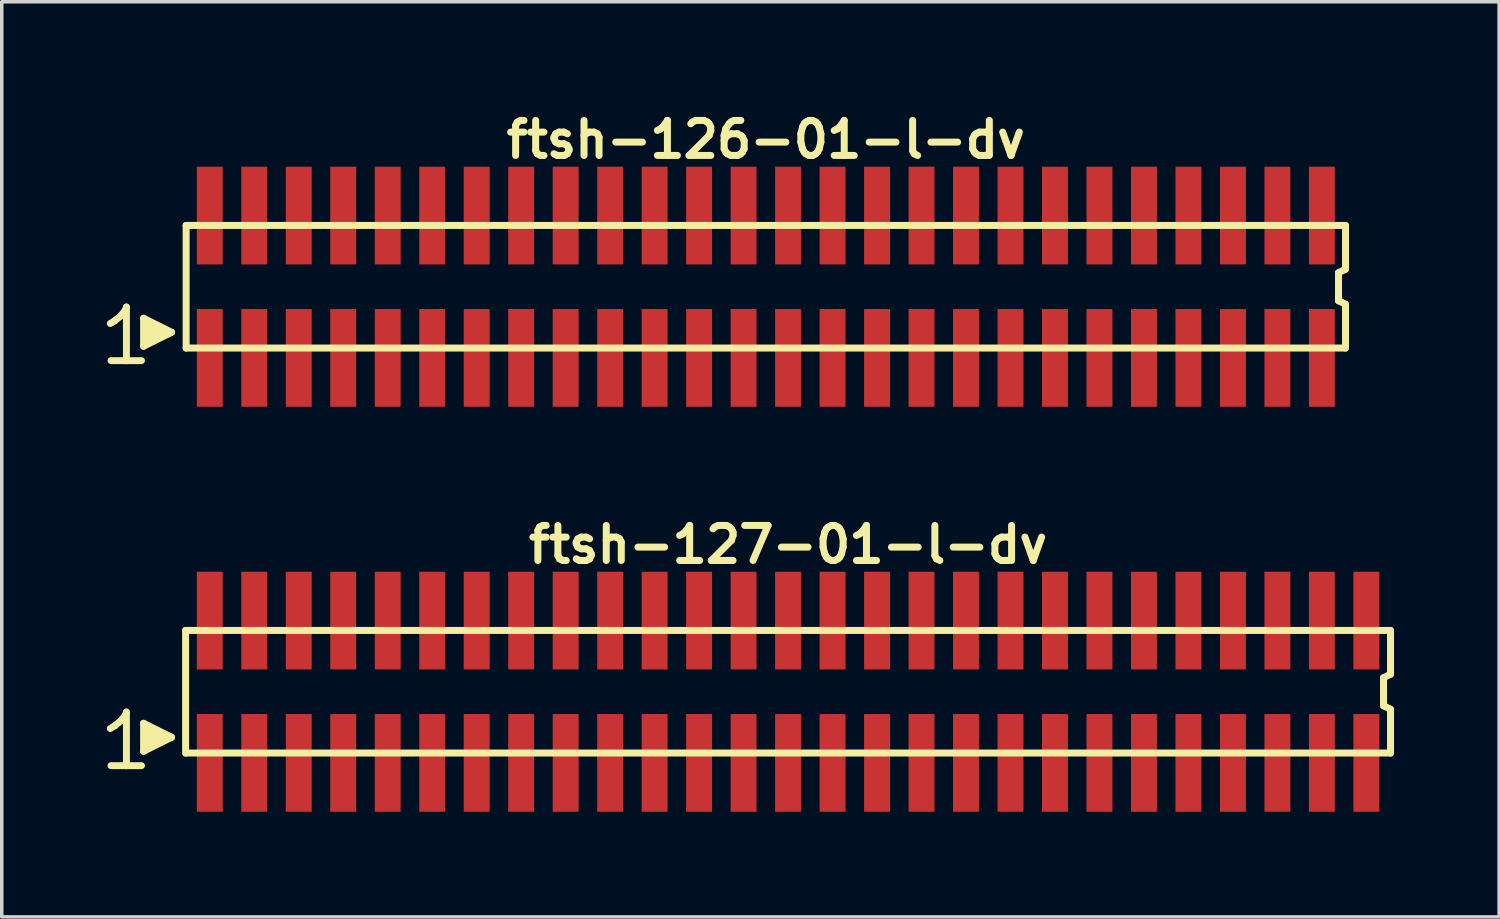
<source format=kicad_pcb>
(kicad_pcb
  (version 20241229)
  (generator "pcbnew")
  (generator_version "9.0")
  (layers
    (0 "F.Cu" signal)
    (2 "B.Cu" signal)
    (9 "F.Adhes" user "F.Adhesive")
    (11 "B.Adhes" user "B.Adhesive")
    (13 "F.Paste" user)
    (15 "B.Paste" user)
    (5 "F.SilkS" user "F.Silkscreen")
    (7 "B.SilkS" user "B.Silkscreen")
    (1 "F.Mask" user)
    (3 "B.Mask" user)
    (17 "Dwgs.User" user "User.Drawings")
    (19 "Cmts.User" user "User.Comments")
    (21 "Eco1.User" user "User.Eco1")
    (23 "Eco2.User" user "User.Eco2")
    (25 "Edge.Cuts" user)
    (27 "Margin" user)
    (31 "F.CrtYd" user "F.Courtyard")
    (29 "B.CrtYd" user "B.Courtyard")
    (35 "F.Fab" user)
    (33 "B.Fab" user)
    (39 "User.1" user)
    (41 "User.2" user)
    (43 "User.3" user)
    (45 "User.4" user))
  (footprint "ftsh-126-01-l-dv"
    (layer "F.Cu")
    (at 18.814 5.136)
    (property "Reference" "ftsh-126-01-l-dv" (at 0 -4.2 0) (layer "F.SilkS") (effects (font (size 1 1) (thickness 0.2))))
    (attr through_hole)
    (fp_line (start -18.715 1.05) (end -18.585 0.97) (stroke (width 0.198) (type solid)) (layer "F.SilkS"))
    (fp_line (start -18.585 0.97) (end -18.425 0.84) (stroke (width 0.198) (type solid)) (layer "F.SilkS"))
    (fp_line (start -18.425 0.84) (end -18.285 0.67) (stroke (width 0.198) (type solid)) (layer "F.SilkS"))
    (fp_line (start -18.285 0.67) (end -18.255 0.58) (stroke (width 0.198) (type solid)) (layer "F.SilkS"))
    (fp_line (start -18.255 0.58) (end -18.255 2.11) (stroke (width 0.198) (type solid)) (layer "F.SilkS"))
    (fp_line (start -18.255 2.11) (end -18.695 2.11) (stroke (width 0.198) (type solid)) (layer "F.SilkS"))
    (fp_line (start -17.825 2.11) (end -18.265 2.11) (stroke (width 0.198) (type solid)) (layer "F.SilkS"))
    (fp_line (start -17.765 0.9) (end -16.965 1.3) (stroke (width 0.198) (type solid)) (layer "F.SilkS"))
    (fp_line (start -17.765 1.7) (end -17.765 0.9) (stroke (width 0.198) (type solid)) (layer "F.SilkS"))
    (fp_line (start -17.665 1.6) (end -17.665 1) (stroke (width 0.198) (type solid)) (layer "F.SilkS"))
    (fp_line (start -17.565 1.1) (end -17.565 1.5) (stroke (width 0.198) (type solid)) (layer "F.SilkS"))
    (fp_line (start -17.465 1.5) (end -17.465 1.1) (stroke (width 0.198) (type solid)) (layer "F.SilkS"))
    (fp_line (start -17.365 1.2) (end -17.365 1.4) (stroke (width 0.198) (type solid)) (layer "F.SilkS"))
    (fp_line (start -17.265 1.4) (end -17.265 1.2) (stroke (width 0.198) (type solid)) (layer "F.SilkS"))
    (fp_line (start -16.965 1.3) (end -17.765 1.7) (stroke (width 0.198) (type solid)) (layer "F.SilkS"))
    (fp_line (start -16.55 -1.75) (end -16.55 1.75) (stroke (width 0.2) (type solid)) (layer "F.SilkS"))
    (fp_line (start -16.55 -1.75) (end 16.55 -1.75) (stroke (width 0.2) (type solid)) (layer "F.SilkS"))
    (fp_line (start -16.55 1.75) (end 16.55 1.75) (stroke (width 0.2) (type solid)) (layer "F.SilkS"))
    (fp_line (start 16.35 -0.4) (end 16.35 0.4) (stroke (width 0.2) (type solid)) (layer "F.SilkS"))
    (fp_line (start 16.35 0.4) (end 16.55 0.5) (stroke (width 0.2) (type solid)) (layer "F.SilkS"))
    (fp_line (start 16.55 -0.5) (end 16.35 -0.4) (stroke (width 0.2) (type solid)) (layer "F.SilkS"))
    (fp_line (start 16.55 -0.5) (end 16.55 -1.75) (stroke (width 0.2) (type solid)) (layer "F.SilkS"))
    (fp_line (start 16.55 0.5) (end 16.55 1.75) (stroke (width 0.2) (type solid)) (layer "F.SilkS"))
    (pad "1" smd rect (at -15.875 2.032) (size 0.74 2.79) (layers "F.Cu" "F.Mask" "F.Paste"))
    (pad "2" smd rect (at -15.875 -2.032) (size 0.74 2.79) (layers "F.Cu" "F.Mask" "F.Paste"))
    (pad "3" smd rect (at -14.605 2.032) (size 0.74 2.79) (layers "F.Cu" "F.Mask" "F.Paste"))
    (pad "4" smd rect (at -14.605 -2.032) (size 0.74 2.79) (layers "F.Cu" "F.Mask" "F.Paste"))
    (pad "5" smd rect (at -13.335 2.032) (size 0.74 2.79) (layers "F.Cu" "F.Mask" "F.Paste"))
    (pad "6" smd rect (at -13.335 -2.032) (size 0.74 2.79) (layers "F.Cu" "F.Mask" "F.Paste"))
    (pad "7" smd rect (at -12.065 2.032) (size 0.74 2.79) (layers "F.Cu" "F.Mask" "F.Paste"))
    (pad "8" smd rect (at -12.065 -2.032) (size 0.74 2.79) (layers "F.Cu" "F.Mask" "F.Paste"))
    (pad "9" smd rect (at -10.795 2.032) (size 0.74 2.79) (layers "F.Cu" "F.Mask" "F.Paste"))
    (pad "10" smd rect (at -10.795 -2.032) (size 0.74 2.79) (layers "F.Cu" "F.Mask" "F.Paste"))
    (pad "11" smd rect (at -9.525 2.032) (size 0.74 2.79) (layers "F.Cu" "F.Mask" "F.Paste"))
    (pad "12" smd rect (at -9.525 -2.032) (size 0.74 2.79) (layers "F.Cu" "F.Mask" "F.Paste"))
    (pad "13" smd rect (at -8.255 2.032) (size 0.74 2.79) (layers "F.Cu" "F.Mask" "F.Paste"))
    (pad "14" smd rect (at -8.255 -2.032) (size 0.74 2.79) (layers "F.Cu" "F.Mask" "F.Paste"))
    (pad "15" smd rect (at -6.985 2.032) (size 0.74 2.79) (layers "F.Cu" "F.Mask" "F.Paste"))
    (pad "16" smd rect (at -6.985 -2.032) (size 0.74 2.79) (layers "F.Cu" "F.Mask" "F.Paste"))
    (pad "17" smd rect (at -5.715 2.032) (size 0.74 2.79) (layers "F.Cu" "F.Mask" "F.Paste"))
    (pad "18" smd rect (at -5.715 -2.032) (size 0.74 2.79) (layers "F.Cu" "F.Mask" "F.Paste"))
    (pad "19" smd rect (at -4.445 2.032) (size 0.74 2.79) (layers "F.Cu" "F.Mask" "F.Paste"))
    (pad "20" smd rect (at -4.445 -2.032) (size 0.74 2.79) (layers "F.Cu" "F.Mask" "F.Paste"))
    (pad "21" smd rect (at -3.175 2.032) (size 0.74 2.79) (layers "F.Cu" "F.Mask" "F.Paste"))
    (pad "22" smd rect (at -3.175 -2.032) (size 0.74 2.79) (layers "F.Cu" "F.Mask" "F.Paste"))
    (pad "23" smd rect (at -1.905 2.032) (size 0.74 2.79) (layers "F.Cu" "F.Mask" "F.Paste"))
    (pad "24" smd rect (at -1.905 -2.032) (size 0.74 2.79) (layers "F.Cu" "F.Mask" "F.Paste"))
    (pad "25" smd rect (at -0.635 2.032) (size 0.74 2.79) (layers "F.Cu" "F.Mask" "F.Paste"))
    (pad "26" smd rect (at -0.635 -2.032) (size 0.74 2.79) (layers "F.Cu" "F.Mask" "F.Paste"))
    (pad "27" smd rect (at 0.635 2.032) (size 0.74 2.79) (layers "F.Cu" "F.Mask" "F.Paste"))
    (pad "28" smd rect (at 0.635 -2.032) (size 0.74 2.79) (layers "F.Cu" "F.Mask" "F.Paste"))
    (pad "29" smd rect (at 1.905 2.032) (size 0.74 2.79) (layers "F.Cu" "F.Mask" "F.Paste"))
    (pad "30" smd rect (at 1.905 -2.032) (size 0.74 2.79) (layers "F.Cu" "F.Mask" "F.Paste"))
    (pad "31" smd rect (at 3.175 2.032) (size 0.74 2.79) (layers "F.Cu" "F.Mask" "F.Paste"))
    (pad "32" smd rect (at 3.175 -2.032) (size 0.74 2.79) (layers "F.Cu" "F.Mask" "F.Paste"))
    (pad "33" smd rect (at 4.445 2.032) (size 0.74 2.79) (layers "F.Cu" "F.Mask" "F.Paste"))
    (pad "34" smd rect (at 4.445 -2.032) (size 0.74 2.79) (layers "F.Cu" "F.Mask" "F.Paste"))
    (pad "35" smd rect (at 5.715 2.032) (size 0.74 2.79) (layers "F.Cu" "F.Mask" "F.Paste"))
    (pad "36" smd rect (at 5.715 -2.032) (size 0.74 2.79) (layers "F.Cu" "F.Mask" "F.Paste"))
    (pad "37" smd rect (at 6.985 2.032) (size 0.74 2.79) (layers "F.Cu" "F.Mask" "F.Paste"))
    (pad "38" smd rect (at 6.985 -2.032) (size 0.74 2.79) (layers "F.Cu" "F.Mask" "F.Paste"))
    (pad "39" smd rect (at 8.255 2.032) (size 0.74 2.79) (layers "F.Cu" "F.Mask" "F.Paste"))
    (pad "40" smd rect (at 8.255 -2.032) (size 0.74 2.79) (layers "F.Cu" "F.Mask" "F.Paste"))
    (pad "41" smd rect (at 9.525 2.032) (size 0.74 2.79) (layers "F.Cu" "F.Mask" "F.Paste"))
    (pad "42" smd rect (at 9.525 -2.032) (size 0.74 2.79) (layers "F.Cu" "F.Mask" "F.Paste"))
    (pad "43" smd rect (at 10.795 2.032) (size 0.74 2.79) (layers "F.Cu" "F.Mask" "F.Paste"))
    (pad "44" smd rect (at 10.795 -2.032) (size 0.74 2.79) (layers "F.Cu" "F.Mask" "F.Paste"))
    (pad "45" smd rect (at 12.065 2.032) (size 0.74 2.79) (layers "F.Cu" "F.Mask" "F.Paste"))
    (pad "46" smd rect (at 12.065 -2.032) (size 0.74 2.79) (layers "F.Cu" "F.Mask" "F.Paste"))
    (pad "47" smd rect (at 13.335 2.032) (size 0.74 2.79) (layers "F.Cu" "F.Mask" "F.Paste"))
    (pad "48" smd rect (at 13.335 -2.032) (size 0.74 2.79) (layers "F.Cu" "F.Mask" "F.Paste"))
    (pad "49" smd rect (at 14.605 2.032) (size 0.74 2.79) (layers "F.Cu" "F.Mask" "F.Paste"))
    (pad "50" smd rect (at 14.605 -2.032) (size 0.74 2.79) (layers "F.Cu" "F.Mask" "F.Paste"))
    (pad "51" smd rect (at 15.875 2.032) (size 0.74 2.79) (layers "F.Cu" "F.Mask" "F.Paste"))
    (pad "52" smd rect (at 15.875 -2.032) (size 0.74 2.79) (layers "F.Cu" "F.Mask" "F.Paste")))
  (footprint "ftsh-127-01-l-dv"
    (layer "F.Cu")
    (at 19.449 16.699)
    (property "Reference" "ftsh-127-01-l-dv" (at 0 -4.2 0) (layer "F.SilkS") (effects (font (size 1 1) (thickness 0.2))))
    (attr through_hole)
    (fp_line (start -19.35 1.05) (end -19.22 0.97) (stroke (width 0.198) (type solid)) (layer "F.SilkS"))
    (fp_line (start -19.22 0.97) (end -19.06 0.84) (stroke (width 0.198) (type solid)) (layer "F.SilkS"))
    (fp_line (start -19.06 0.84) (end -18.92 0.67) (stroke (width 0.198) (type solid)) (layer "F.SilkS"))
    (fp_line (start -18.92 0.67) (end -18.89 0.58) (stroke (width 0.198) (type solid)) (layer "F.SilkS"))
    (fp_line (start -18.89 0.58) (end -18.89 2.11) (stroke (width 0.198) (type solid)) (layer "F.SilkS"))
    (fp_line (start -18.89 2.11) (end -19.33 2.11) (stroke (width 0.198) (type solid)) (layer "F.SilkS"))
    (fp_line (start -18.46 2.11) (end -18.9 2.11) (stroke (width 0.198) (type solid)) (layer "F.SilkS"))
    (fp_line (start -18.4 0.9) (end -17.6 1.3) (stroke (width 0.198) (type solid)) (layer "F.SilkS"))
    (fp_line (start -18.4 1.7) (end -18.4 0.9) (stroke (width 0.198) (type solid)) (layer "F.SilkS"))
    (fp_line (start -18.3 1.6) (end -18.3 1) (stroke (width 0.198) (type solid)) (layer "F.SilkS"))
    (fp_line (start -18.2 1.1) (end -18.2 1.5) (stroke (width 0.198) (type solid)) (layer "F.SilkS"))
    (fp_line (start -18.1 1.5) (end -18.1 1.1) (stroke (width 0.198) (type solid)) (layer "F.SilkS"))
    (fp_line (start -18 1.2) (end -18 1.4) (stroke (width 0.198) (type solid)) (layer "F.SilkS"))
    (fp_line (start -17.9 1.4) (end -17.9 1.2) (stroke (width 0.198) (type solid)) (layer "F.SilkS"))
    (fp_line (start -17.6 1.3) (end -18.4 1.7) (stroke (width 0.198) (type solid)) (layer "F.SilkS"))
    (fp_line (start -17.2 -1.75) (end -17.2 1.75) (stroke (width 0.2) (type solid)) (layer "F.SilkS"))
    (fp_line (start -17.2 -1.75) (end 17.2 -1.75) (stroke (width 0.2) (type solid)) (layer "F.SilkS"))
    (fp_line (start -17.2 1.75) (end 17.2 1.75) (stroke (width 0.2) (type solid)) (layer "F.SilkS"))
    (fp_line (start 17 -0.4) (end 17 0.4) (stroke (width 0.2) (type solid)) (layer "F.SilkS"))
    (fp_line (start 17 0.4) (end 17.2 0.5) (stroke (width 0.2) (type solid)) (layer "F.SilkS"))
    (fp_line (start 17.2 -0.5) (end 17 -0.4) (stroke (width 0.2) (type solid)) (layer "F.SilkS"))
    (fp_line (start 17.2 -0.5) (end 17.2 -1.75) (stroke (width 0.2) (type solid)) (layer "F.SilkS"))
    (fp_line (start 17.2 0.5) (end 17.2 1.75) (stroke (width 0.2) (type solid)) (layer "F.SilkS"))
    (pad "1" smd rect (at -16.51 2.032) (size 0.74 2.79) (layers "F.Cu" "F.Mask" "F.Paste"))
    (pad "2" smd rect (at -16.51 -2.032) (size 0.74 2.79) (layers "F.Cu" "F.Mask" "F.Paste"))
    (pad "3" smd rect (at -15.24 2.032) (size 0.74 2.79) (layers "F.Cu" "F.Mask" "F.Paste"))
    (pad "4" smd rect (at -15.24 -2.032) (size 0.74 2.79) (layers "F.Cu" "F.Mask" "F.Paste"))
    (pad "5" smd rect (at -13.97 2.032) (size 0.74 2.79) (layers "F.Cu" "F.Mask" "F.Paste"))
    (pad "6" smd rect (at -13.97 -2.032) (size 0.74 2.79) (layers "F.Cu" "F.Mask" "F.Paste"))
    (pad "7" smd rect (at -12.7 2.032) (size 0.74 2.79) (layers "F.Cu" "F.Mask" "F.Paste"))
    (pad "8" smd rect (at -12.7 -2.032) (size 0.74 2.79) (layers "F.Cu" "F.Mask" "F.Paste"))
    (pad "9" smd rect (at -11.43 2.032) (size 0.74 2.79) (layers "F.Cu" "F.Mask" "F.Paste"))
    (pad "10" smd rect (at -11.43 -2.032) (size 0.74 2.79) (layers "F.Cu" "F.Mask" "F.Paste"))
    (pad "11" smd rect (at -10.16 2.032) (size 0.74 2.79) (layers "F.Cu" "F.Mask" "F.Paste"))
    (pad "12" smd rect (at -10.16 -2.032) (size 0.74 2.79) (layers "F.Cu" "F.Mask" "F.Paste"))
    (pad "13" smd rect (at -8.89 2.032) (size 0.74 2.79) (layers "F.Cu" "F.Mask" "F.Paste"))
    (pad "14" smd rect (at -8.89 -2.032) (size 0.74 2.79) (layers "F.Cu" "F.Mask" "F.Paste"))
    (pad "15" smd rect (at -7.62 2.032) (size 0.74 2.79) (layers "F.Cu" "F.Mask" "F.Paste"))
    (pad "16" smd rect (at -7.62 -2.032) (size 0.74 2.79) (layers "F.Cu" "F.Mask" "F.Paste"))
    (pad "17" smd rect (at -6.35 2.032) (size 0.74 2.79) (layers "F.Cu" "F.Mask" "F.Paste"))
    (pad "18" smd rect (at -6.35 -2.032) (size 0.74 2.79) (layers "F.Cu" "F.Mask" "F.Paste"))
    (pad "19" smd rect (at -5.08 2.032) (size 0.74 2.79) (layers "F.Cu" "F.Mask" "F.Paste"))
    (pad "20" smd rect (at -5.08 -2.032) (size 0.74 2.79) (layers "F.Cu" "F.Mask" "F.Paste"))
    (pad "21" smd rect (at -3.81 2.032) (size 0.74 2.79) (layers "F.Cu" "F.Mask" "F.Paste"))
    (pad "22" smd rect (at -3.81 -2.032) (size 0.74 2.79) (layers "F.Cu" "F.Mask" "F.Paste"))
    (pad "23" smd rect (at -2.54 2.032) (size 0.74 2.79) (layers "F.Cu" "F.Mask" "F.Paste"))
    (pad "24" smd rect (at -2.54 -2.032) (size 0.74 2.79) (layers "F.Cu" "F.Mask" "F.Paste"))
    (pad "25" smd rect (at -1.27 2.032) (size 0.74 2.79) (layers "F.Cu" "F.Mask" "F.Paste"))
    (pad "26" smd rect (at -1.27 -2.032) (size 0.74 2.79) (layers "F.Cu" "F.Mask" "F.Paste"))
    (pad "27" smd rect (at 0 2.032) (size 0.74 2.79) (layers "F.Cu" "F.Mask" "F.Paste"))
    (pad "28" smd rect (at 0 -2.032) (size 0.74 2.79) (layers "F.Cu" "F.Mask" "F.Paste"))
    (pad "29" smd rect (at 1.27 2.032) (size 0.74 2.79) (layers "F.Cu" "F.Mask" "F.Paste"))
    (pad "30" smd rect (at 1.27 -2.032) (size 0.74 2.79) (layers "F.Cu" "F.Mask" "F.Paste"))
    (pad "31" smd rect (at 2.54 2.032) (size 0.74 2.79) (layers "F.Cu" "F.Mask" "F.Paste"))
    (pad "32" smd rect (at 2.54 -2.032) (size 0.74 2.79) (layers "F.Cu" "F.Mask" "F.Paste"))
    (pad "33" smd rect (at 3.81 2.032) (size 0.74 2.79) (layers "F.Cu" "F.Mask" "F.Paste"))
    (pad "34" smd rect (at 3.81 -2.032) (size 0.74 2.79) (layers "F.Cu" "F.Mask" "F.Paste"))
    (pad "35" smd rect (at 5.08 2.032) (size 0.74 2.79) (layers "F.Cu" "F.Mask" "F.Paste"))
    (pad "36" smd rect (at 5.08 -2.032) (size 0.74 2.79) (layers "F.Cu" "F.Mask" "F.Paste"))
    (pad "37" smd rect (at 6.35 2.032) (size 0.74 2.79) (layers "F.Cu" "F.Mask" "F.Paste"))
    (pad "38" smd rect (at 6.35 -2.032) (size 0.74 2.79) (layers "F.Cu" "F.Mask" "F.Paste"))
    (pad "39" smd rect (at 7.62 2.032) (size 0.74 2.79) (layers "F.Cu" "F.Mask" "F.Paste"))
    (pad "40" smd rect (at 7.62 -2.032) (size 0.74 2.79) (layers "F.Cu" "F.Mask" "F.Paste"))
    (pad "41" smd rect (at 8.89 2.032) (size 0.74 2.79) (layers "F.Cu" "F.Mask" "F.Paste"))
    (pad "42" smd rect (at 8.89 -2.032) (size 0.74 2.79) (layers "F.Cu" "F.Mask" "F.Paste"))
    (pad "43" smd rect (at 10.16 2.032) (size 0.74 2.79) (layers "F.Cu" "F.Mask" "F.Paste"))
    (pad "44" smd rect (at 10.16 -2.032) (size 0.74 2.79) (layers "F.Cu" "F.Mask" "F.Paste"))
    (pad "45" smd rect (at 11.43 2.032) (size 0.74 2.79) (layers "F.Cu" "F.Mask" "F.Paste"))
    (pad "46" smd rect (at 11.43 -2.032) (size 0.74 2.79) (layers "F.Cu" "F.Mask" "F.Paste"))
    (pad "47" smd rect (at 12.7 2.032) (size 0.74 2.79) (layers "F.Cu" "F.Mask" "F.Paste"))
    (pad "48" smd rect (at 12.7 -2.032) (size 0.74 2.79) (layers "F.Cu" "F.Mask" "F.Paste"))
    (pad "49" smd rect (at 13.97 2.032) (size 0.74 2.79) (layers "F.Cu" "F.Mask" "F.Paste"))
    (pad "50" smd rect (at 13.97 -2.032) (size 0.74 2.79) (layers "F.Cu" "F.Mask" "F.Paste"))
    (pad "51" smd rect (at 15.24 2.032) (size 0.74 2.79) (layers "F.Cu" "F.Mask" "F.Paste"))
    (pad "52" smd rect (at 15.24 -2.032) (size 0.74 2.79) (layers "F.Cu" "F.Mask" "F.Paste"))
    (pad "53" smd rect (at 16.51 2.032) (size 0.74 2.79) (layers "F.Cu" "F.Mask" "F.Paste"))
    (pad "54" smd rect (at 16.51 -2.032) (size 0.74 2.79) (layers "F.Cu" "F.Mask" "F.Paste")))
  (gr_rect
    (start -3 -3)
    (end 39.749 23.126)
    (stroke (width 0.1) (type default))
    (fill no)
    (layer "Edge.Cuts")))
</source>
